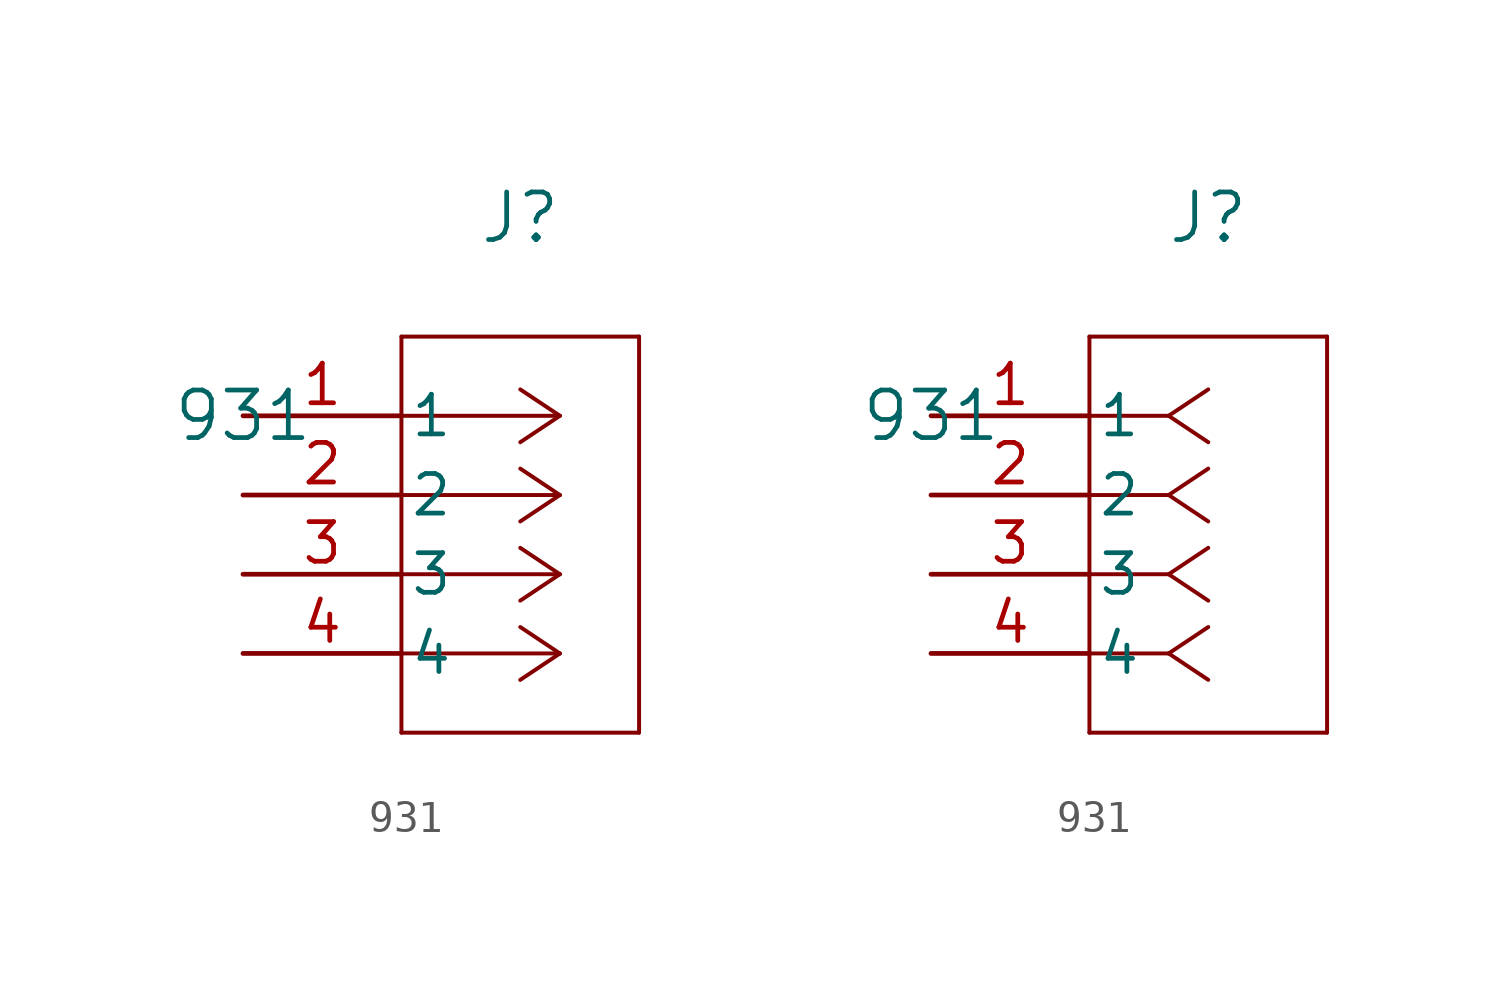
<source format=kicad_sym>
(kicad_symbol_lib
  (version 20211014)
  (generator kicad_symbol_editor)
  (symbol "931"
    (pin_names
      (offset 0.254))
    (property "Reference" "J"
      (at 8.89 6.35 0)
      (effects (font (size 1.524 1.524))))
    (property "Value" "931"
      (at 0 0 0)
      (effects (font (size 1.524 1.524))))
    (symbol "931_1_1"
      (polyline (pts (xy 10.16 0) (xy 5.08 0)) (stroke (width 0.127) (type default) (color 0 0 0 0)) (fill (type none)))
      (polyline (pts (xy 10.16 -2.54) (xy 5.08 -2.54)) (stroke (width 0.127) (type default) (color 0 0 0 0)) (fill (type none)))
      (polyline (pts (xy 10.16 -5.08) (xy 5.08 -5.08)) (stroke (width 0.127) (type default) (color 0 0 0 0)) (fill (type none)))
      (polyline (pts (xy 10.16 -7.62) (xy 5.08 -7.62)) (stroke (width 0.127) (type default) (color 0 0 0 0)) (fill (type none)))
      (polyline (pts (xy 10.16 0) (xy 8.89 0.847)) (stroke (width 0.127) (type default) (color 0 0 0 0)) (fill (type none)))
      (polyline (pts (xy 10.16 -2.54) (xy 8.89 -1.693)) (stroke (width 0.127) (type default) (color 0 0 0 0)) (fill (type none)))
      (polyline (pts (xy 10.16 -5.08) (xy 8.89 -4.233)) (stroke (width 0.127) (type default) (color 0 0 0 0)) (fill (type none)))
      (polyline (pts (xy 10.16 -7.62) (xy 8.89 -6.773)) (stroke (width 0.127) (type default) (color 0 0 0 0)) (fill (type none)))
      (polyline (pts (xy 10.16 0) (xy 8.89 -0.847)) (stroke (width 0.127) (type default) (color 0 0 0 0)) (fill (type none)))
      (polyline (pts (xy 10.16 -2.54) (xy 8.89 -3.387)) (stroke (width 0.127) (type default) (color 0 0 0 0)) (fill (type none)))
      (polyline (pts (xy 10.16 -5.08) (xy 8.89 -5.927)) (stroke (width 0.127) (type default) (color 0 0 0 0)) (fill (type none)))
      (polyline (pts (xy 10.16 -7.62) (xy 8.89 -8.467)) (stroke (width 0.127) (type default) (color 0 0 0 0)) (fill (type none)))
      (polyline (pts (xy 5.08 2.54) (xy 5.08 -10.16)) (stroke (width 0.127) (type default) (color 0 0 0 0)) (fill (type none)))
      (polyline (pts (xy 5.08 -10.16) (xy 12.7 -10.16)) (stroke (width 0.127) (type default) (color 0 0 0 0)) (fill (type none)))
      (polyline (pts (xy 12.7 -10.16) (xy 12.7 2.54)) (stroke (width 0.127) (type default) (color 0 0 0 0)) (fill (type none)))
      (polyline (pts (xy 12.7 2.54) (xy 5.08 2.54)) (stroke (width 0.127) (type default) (color 0 0 0 0)) (fill (type none)))
      (pin unspecified line (at 0 0 0) (length 5.08) (name "1" (effects (font (size 1.27 1.27)))) (number "1" (effects (font (size 1.27 1.27)))))
      (pin unspecified line (at 0 -2.54 0) (length 5.08) (name "2" (effects (font (size 1.27 1.27)))) (number "2" (effects (font (size 1.27 1.27)))))
      (pin unspecified line (at 0 -5.08 0) (length 5.08) (name "3" (effects (font (size 1.27 1.27)))) (number "3" (effects (font (size 1.27 1.27)))))
      (pin unspecified line (at 0 -7.62 0) (length 5.08) (name "4" (effects (font (size 1.27 1.27)))) (number "4" (effects (font (size 1.27 1.27))))))
    (symbol "931_1_2"
      (polyline (pts (xy 7.62 0) (xy 5.08 0)) (stroke (width 0.127) (type default) (color 0 0 0 0)) (fill (type none)))
      (polyline (pts (xy 7.62 -2.54) (xy 5.08 -2.54)) (stroke (width 0.127) (type default) (color 0 0 0 0)) (fill (type none)))
      (polyline (pts (xy 7.62 -5.08) (xy 5.08 -5.08)) (stroke (width 0.127) (type default) (color 0 0 0 0)) (fill (type none)))
      (polyline (pts (xy 7.62 -7.62) (xy 5.08 -7.62)) (stroke (width 0.127) (type default) (color 0 0 0 0)) (fill (type none)))
      (polyline (pts (xy 7.62 0) (xy 8.89 0.847)) (stroke (width 0.127) (type default) (color 0 0 0 0)) (fill (type none)))
      (polyline (pts (xy 7.62 -2.54) (xy 8.89 -1.693)) (stroke (width 0.127) (type default) (color 0 0 0 0)) (fill (type none)))
      (polyline (pts (xy 7.62 -5.08) (xy 8.89 -4.233)) (stroke (width 0.127) (type default) (color 0 0 0 0)) (fill (type none)))
      (polyline (pts (xy 7.62 -7.62) (xy 8.89 -6.773)) (stroke (width 0.127) (type default) (color 0 0 0 0)) (fill (type none)))
      (polyline (pts (xy 7.62 0) (xy 8.89 -0.847)) (stroke (width 0.127) (type default) (color 0 0 0 0)) (fill (type none)))
      (polyline (pts (xy 7.62 -2.54) (xy 8.89 -3.387)) (stroke (width 0.127) (type default) (color 0 0 0 0)) (fill (type none)))
      (polyline (pts (xy 7.62 -5.08) (xy 8.89 -5.927)) (stroke (width 0.127) (type default) (color 0 0 0 0)) (fill (type none)))
      (polyline (pts (xy 7.62 -7.62) (xy 8.89 -8.467)) (stroke (width 0.127) (type default) (color 0 0 0 0)) (fill (type none)))
      (polyline (pts (xy 5.08 2.54) (xy 5.08 -10.16)) (stroke (width 0.127) (type default) (color 0 0 0 0)) (fill (type none)))
      (polyline (pts (xy 5.08 -10.16) (xy 12.7 -10.16)) (stroke (width 0.127) (type default) (color 0 0 0 0)) (fill (type none)))
      (polyline (pts (xy 12.7 -10.16) (xy 12.7 2.54)) (stroke (width 0.127) (type default) (color 0 0 0 0)) (fill (type none)))
      (polyline (pts (xy 12.7 2.54) (xy 5.08 2.54)) (stroke (width 0.127) (type default) (color 0 0 0 0)) (fill (type none)))
      (pin unspecified line (at 0 0 0) (length 5.08) (name "1" (effects (font (size 1.27 1.27)))) (number "1" (effects (font (size 1.27 1.27)))))
      (pin unspecified line (at 0 -2.54 0) (length 5.08) (name "2" (effects (font (size 1.27 1.27)))) (number "2" (effects (font (size 1.27 1.27)))))
      (pin unspecified line (at 0 -5.08 0) (length 5.08) (name "3" (effects (font (size 1.27 1.27)))) (number "3" (effects (font (size 1.27 1.27)))))
      (pin unspecified line (at 0 -7.62 0) (length 5.08) (name "4" (effects (font (size 1.27 1.27)))) (number "4" (effects (font (size 1.27 1.27))))))))
</source>
